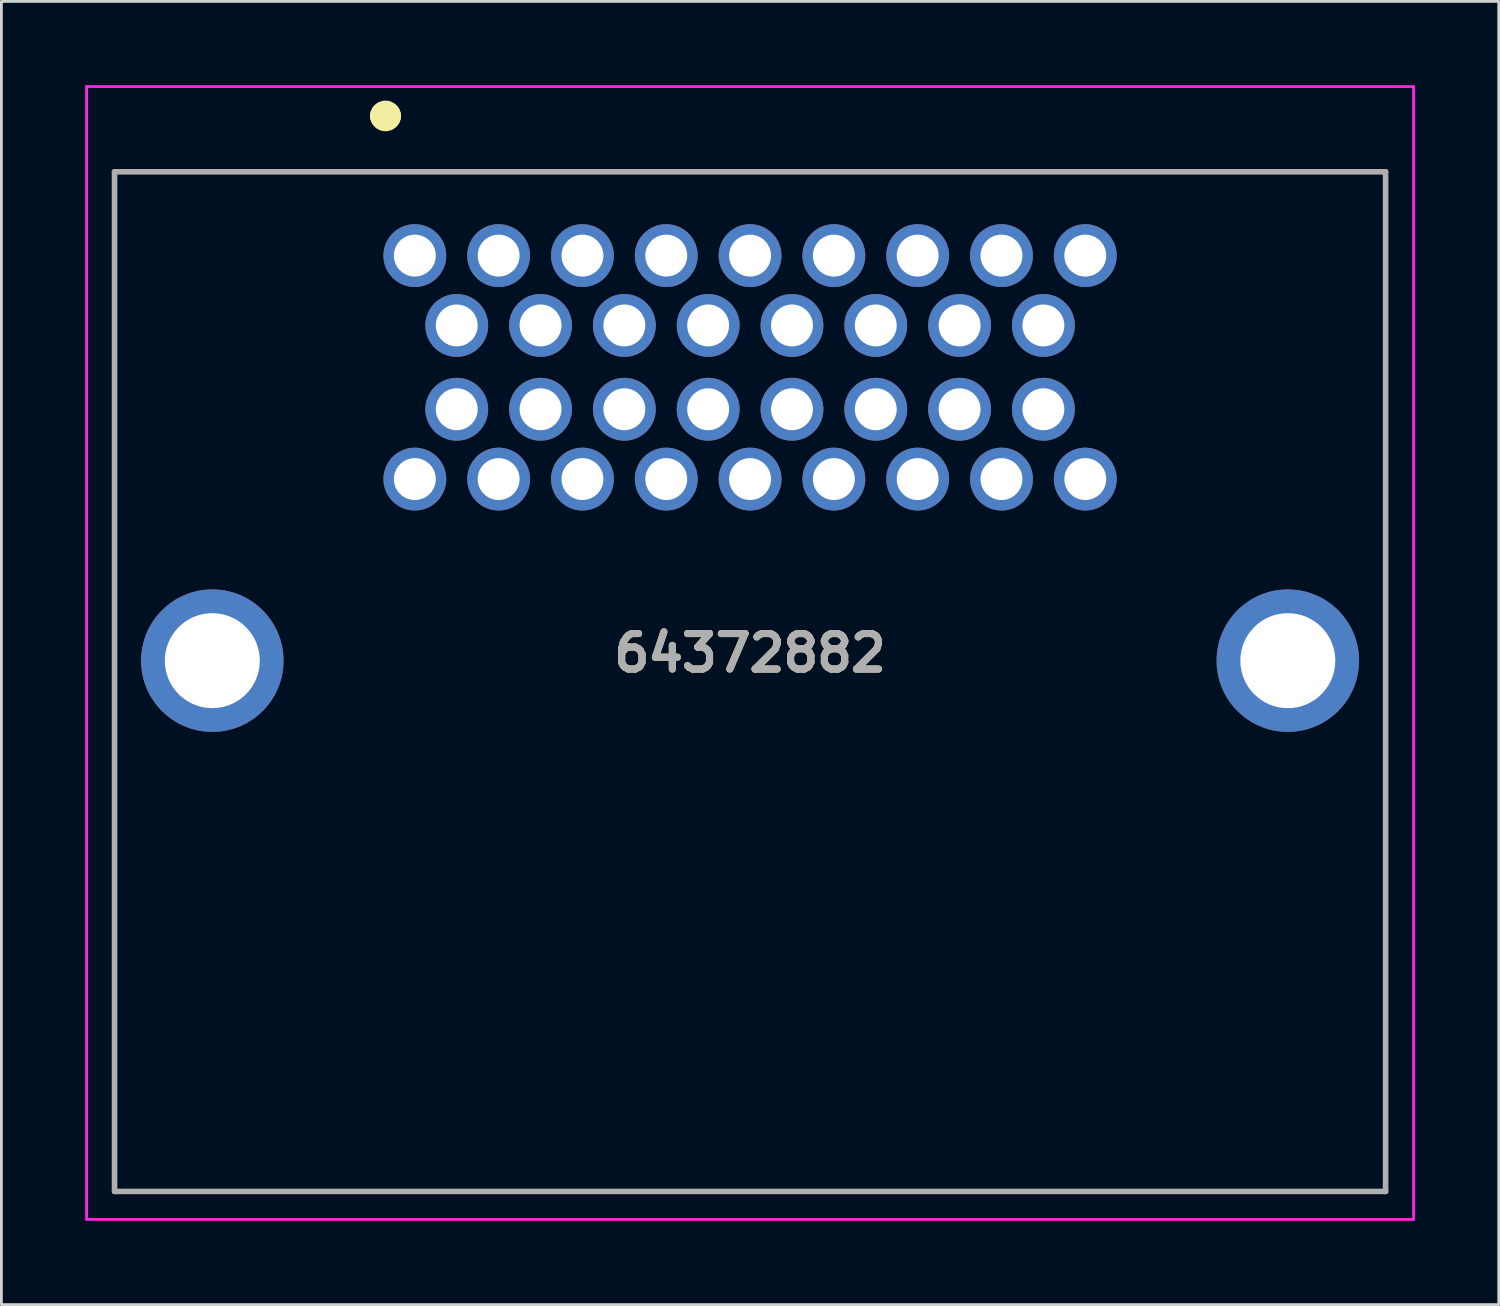
<source format=kicad_pcb>
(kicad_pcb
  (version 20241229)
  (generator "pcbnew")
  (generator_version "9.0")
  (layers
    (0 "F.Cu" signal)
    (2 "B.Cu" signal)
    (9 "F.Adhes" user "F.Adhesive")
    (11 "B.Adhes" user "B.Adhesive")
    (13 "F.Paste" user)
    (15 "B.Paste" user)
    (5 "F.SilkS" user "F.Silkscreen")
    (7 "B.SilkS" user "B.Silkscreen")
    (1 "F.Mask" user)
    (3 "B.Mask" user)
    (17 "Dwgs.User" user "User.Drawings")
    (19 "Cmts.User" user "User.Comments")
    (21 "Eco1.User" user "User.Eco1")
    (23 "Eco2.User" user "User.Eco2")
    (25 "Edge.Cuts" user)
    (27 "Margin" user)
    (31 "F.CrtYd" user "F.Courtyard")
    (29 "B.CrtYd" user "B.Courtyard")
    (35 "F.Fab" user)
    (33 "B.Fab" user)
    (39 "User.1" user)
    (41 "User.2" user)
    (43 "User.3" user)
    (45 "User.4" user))
  (footprint "64372882"
    (layer "F.Cu")
    (at 11.8 6.1)
    (property "Reference" "64372882" (at 12 14.225 0) (layer "F.SilkS") (effects (font (size 1.27 1.27) (thickness 0.254))))
    (attr through_hole)
    (fp_line (start -10.75 -3) (end 34.75 -3) (stroke (width 0.1) (type solid)) (layer "F.SilkS"))
    (fp_line (start -10.75 33.5) (end -10.75 -3) (stroke (width 0.1) (type solid)) (layer "F.SilkS"))
    (fp_line (start -1.1 -5) (end -1.1 -5) (stroke (width 1) (type solid)) (layer "F.SilkS"))
    (fp_line (start -1 -5) (end -1 -5) (stroke (width 1) (type solid)) (layer "F.SilkS"))
    (fp_line (start 34.75 -3) (end 34.75 33.5) (stroke (width 0.1) (type solid)) (layer "F.SilkS"))
    (fp_line (start 34.75 33.5) (end -10.75 33.5) (stroke (width 0.1) (type solid)) (layer "F.SilkS"))
    (fp_arc (start -1.1 -5) (mid -1.05 -5.05) (end -1 -5) (stroke (width 1) (type solid)) (layer "F.SilkS"))
    (fp_arc (start -1 -5) (mid -1.05 -4.95) (end -1.1 -5) (stroke (width 1) (type solid)) (layer "F.SilkS"))
    (fp_line (start -11.75 -6.05) (end 35.75 -6.05) (stroke (width 0.1) (type solid)) (layer "F.CrtYd"))
    (fp_line (start -11.75 34.5) (end -11.75 -6.05) (stroke (width 0.1) (type solid)) (layer "F.CrtYd"))
    (fp_line (start 35.75 -6.05) (end 35.75 34.5) (stroke (width 0.1) (type solid)) (layer "F.CrtYd"))
    (fp_line (start 35.75 34.5) (end -11.75 34.5) (stroke (width 0.1) (type solid)) (layer "F.CrtYd"))
    (fp_line (start -10.75 -3) (end 34.75 -3) (stroke (width 0.2) (type solid)) (layer "F.Fab"))
    (fp_line (start -10.75 33.5) (end -10.75 -3) (stroke (width 0.2) (type solid)) (layer "F.Fab"))
    (fp_line (start 34.75 -3) (end 34.75 33.5) (stroke (width 0.2) (type solid)) (layer "F.Fab"))
    (fp_line (start 34.75 33.5) (end -10.75 33.5) (stroke (width 0.2) (type solid)) (layer "F.Fab"))
    (fp_text user "${REFERENCE}" (at 12 14.225 0) (layer "F.Fab") (effects (font (size 1.27 1.27) (thickness 0.254))))
    (pad "1" thru_hole circle (at 0 0) (size 2.25 2.25) (drill 1.5) (layers "*.Cu" "*.Mask"))
    (pad "2" thru_hole circle (at 3 0) (size 2.25 2.25) (drill 1.5) (layers "*.Cu" "*.Mask"))
    (pad "3" thru_hole circle (at 6 0) (size 2.25 2.25) (drill 1.5) (layers "*.Cu" "*.Mask"))
    (pad "4" thru_hole circle (at 9 0) (size 2.25 2.25) (drill 1.5) (layers "*.Cu" "*.Mask"))
    (pad "5" thru_hole circle (at 12 0) (size 2.25 2.25) (drill 1.5) (layers "*.Cu" "*.Mask"))
    (pad "6" thru_hole circle (at 15 0) (size 2.25 2.25) (drill 1.5) (layers "*.Cu" "*.Mask"))
    (pad "7" thru_hole circle (at 18 0) (size 2.25 2.25) (drill 1.5) (layers "*.Cu" "*.Mask"))
    (pad "8" thru_hole circle (at 21 0) (size 2.25 2.25) (drill 1.5) (layers "*.Cu" "*.Mask"))
    (pad "9" thru_hole circle (at 24 0) (size 2.25 2.25) (drill 1.5) (layers "*.Cu" "*.Mask"))
    (pad "10" thru_hole circle (at 1.5 2.5) (size 2.25 2.25) (drill 1.5) (layers "*.Cu" "*.Mask"))
    (pad "11" thru_hole circle (at 4.5 2.5) (size 2.25 2.25) (drill 1.5) (layers "*.Cu" "*.Mask"))
    (pad "12" thru_hole circle (at 7.5 2.5) (size 2.25 2.25) (drill 1.5) (layers "*.Cu" "*.Mask"))
    (pad "13" thru_hole circle (at 10.5 2.5) (size 2.25 2.25) (drill 1.5) (layers "*.Cu" "*.Mask"))
    (pad "14" thru_hole circle (at 13.5 2.5) (size 2.25 2.25) (drill 1.5) (layers "*.Cu" "*.Mask"))
    (pad "15" thru_hole circle (at 16.5 2.5) (size 2.25 2.25) (drill 1.5) (layers "*.Cu" "*.Mask"))
    (pad "16" thru_hole circle (at 19.5 2.5) (size 2.25 2.25) (drill 1.5) (layers "*.Cu" "*.Mask"))
    (pad "17" thru_hole circle (at 22.5 2.5) (size 2.25 2.25) (drill 1.5) (layers "*.Cu" "*.Mask"))
    (pad "18" thru_hole circle (at 1.5 5.5) (size 2.25 2.25) (drill 1.5) (layers "*.Cu" "*.Mask"))
    (pad "19" thru_hole circle (at 4.5 5.5) (size 2.25 2.25) (drill 1.5) (layers "*.Cu" "*.Mask"))
    (pad "20" thru_hole circle (at 7.5 5.5) (size 2.25 2.25) (drill 1.5) (layers "*.Cu" "*.Mask"))
    (pad "21" thru_hole circle (at 10.5 5.5) (size 2.25 2.25) (drill 1.5) (layers "*.Cu" "*.Mask"))
    (pad "22" thru_hole circle (at 13.5 5.5) (size 2.25 2.25) (drill 1.5) (layers "*.Cu" "*.Mask"))
    (pad "23" thru_hole circle (at 16.5 5.5) (size 2.25 2.25) (drill 1.5) (layers "*.Cu" "*.Mask"))
    (pad "24" thru_hole circle (at 19.5 5.5) (size 2.25 2.25) (drill 1.5) (layers "*.Cu" "*.Mask"))
    (pad "25" thru_hole circle (at 22.5 5.5) (size 2.25 2.25) (drill 1.5) (layers "*.Cu" "*.Mask"))
    (pad "26" thru_hole circle (at 0 8) (size 2.25 2.25) (drill 1.5) (layers "*.Cu" "*.Mask"))
    (pad "27" thru_hole circle (at 3 8) (size 2.25 2.25) (drill 1.5) (layers "*.Cu" "*.Mask"))
    (pad "28" thru_hole circle (at 6 8) (size 2.25 2.25) (drill 1.5) (layers "*.Cu" "*.Mask"))
    (pad "29" thru_hole circle (at 9 8) (size 2.25 2.25) (drill 1.5) (layers "*.Cu" "*.Mask"))
    (pad "30" thru_hole circle (at 12 8) (size 2.25 2.25) (drill 1.5) (layers "*.Cu" "*.Mask"))
    (pad "31" thru_hole circle (at 15 8) (size 2.25 2.25) (drill 1.5) (layers "*.Cu" "*.Mask"))
    (pad "32" thru_hole circle (at 18 8) (size 2.25 2.25) (drill 1.5) (layers "*.Cu" "*.Mask"))
    (pad "33" thru_hole circle (at 21 8) (size 2.25 2.25) (drill 1.5) (layers "*.Cu" "*.Mask"))
    (pad "34" thru_hole circle (at 24 8) (size 2.25 2.25) (drill 1.5) (layers "*.Cu" "*.Mask"))
    (pad "MH1" thru_hole circle (at -7.25 14.5) (size 5.1 5.1) (drill 3.4) (layers "*.Cu" "*.Mask"))
    (pad "MH2" thru_hole circle (at 31.25 14.5) (size 5.1 5.1) (drill 3.4) (layers "*.Cu" "*.Mask")))
  (gr_rect
    (start -3 -3)
    (end 50.6 43.65)
    (stroke (width 0.1) (type default))
    (fill no)
    (layer "Edge.Cuts")))
</source>
